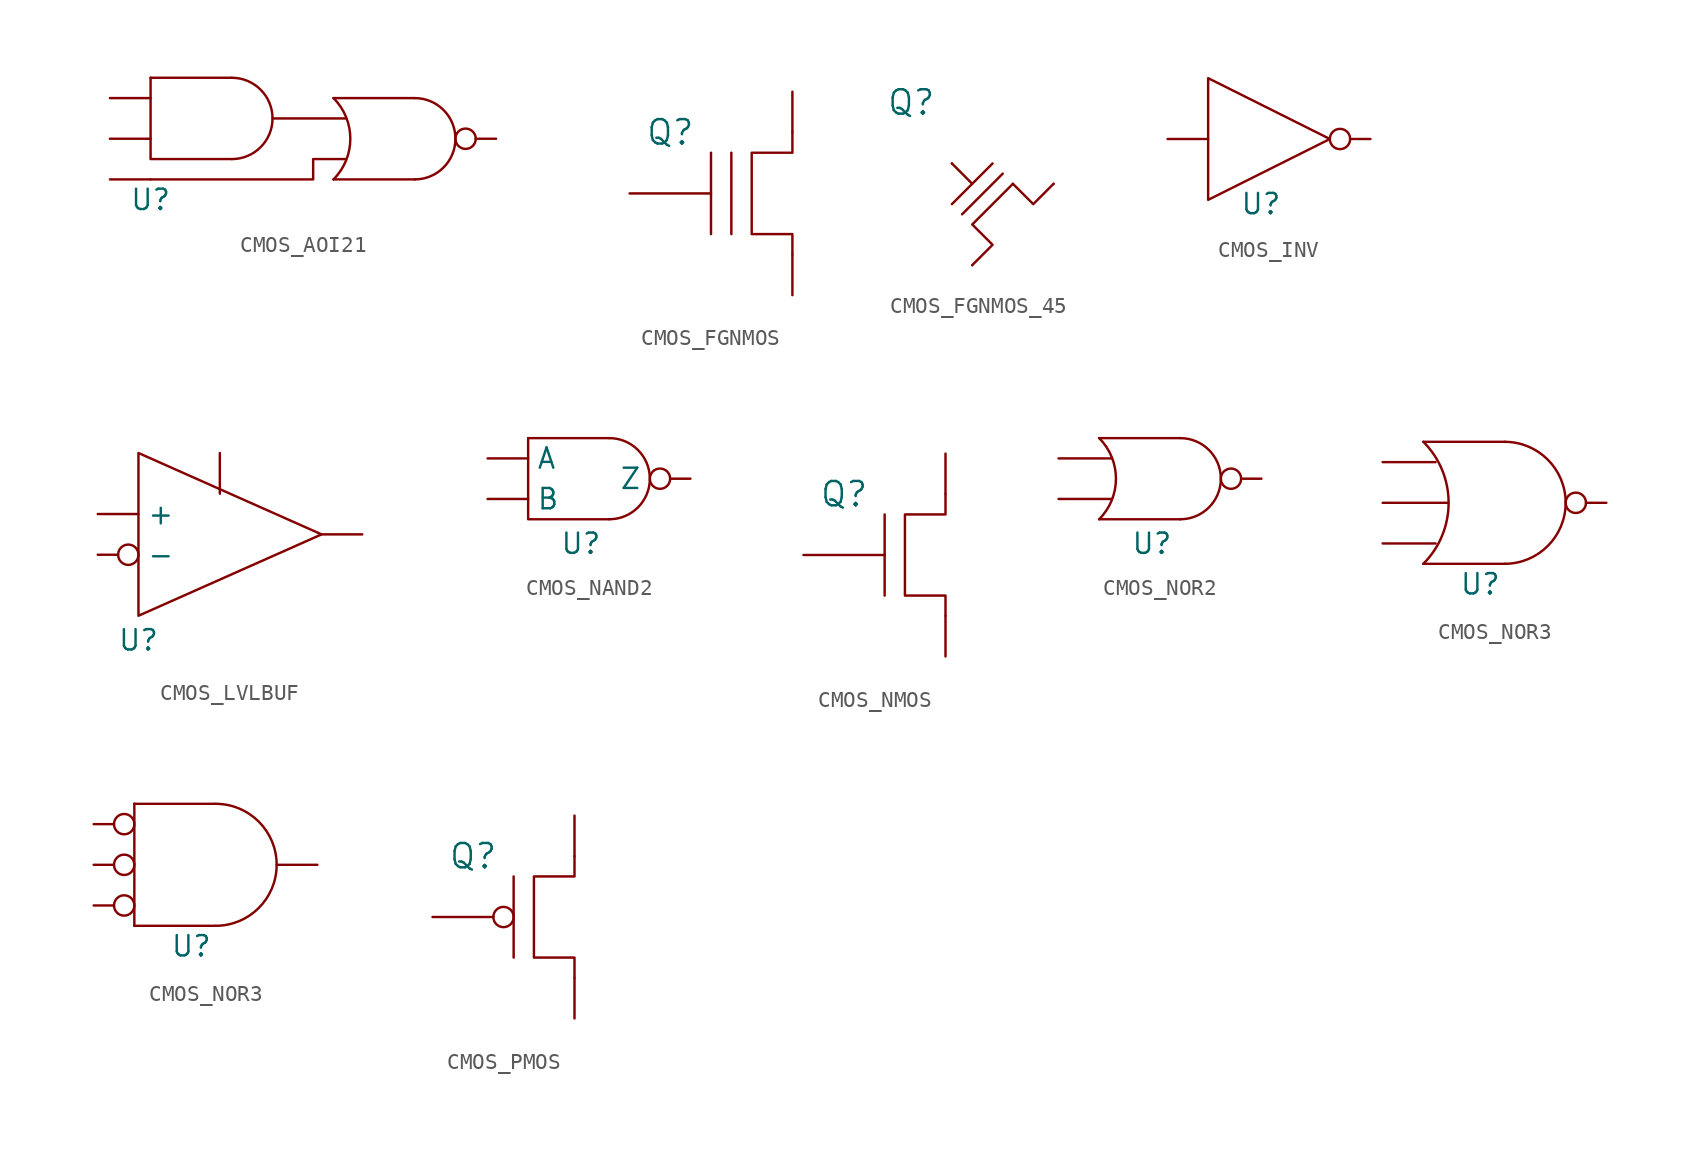
<source format=kicad_sym>
(kicad_symbol_lib
  (version 20241209)
  (generator "kicad_symbol_editor")
  (generator_version "9.0")
  (symbol "CMOS_AOI21"
    (property "Reference" "U"
      (at 0 -1.27 0)
      (effects (font (size 1.27 1.27))))
    (property "Value" ""
      (at 0 0 0)
      (effects (font (size 1.27 1.27))))
    (symbol "CMOS_AOI21_0_1"
      (polyline (pts (xy 0 6.35) (xy 5.08 6.35)) (stroke (width 0) (type default)) (fill (type none)))
      (polyline (pts (xy 0 6.35) (xy 0 1.27) (xy 5.08 1.27)) (stroke (width 0) (type default)) (fill (type none)))
      (polyline (pts (xy 0 0) (xy 10.16 0) (xy 10.16 1.27) (xy 12.192 1.27)) (stroke (width 0) (type default)) (fill (type none)))
      (arc (start 5.08 6.35) (mid 7.62 3.81) (end 5.08 1.27) (stroke (width 0) (type default)) (fill (type none)))
      (polyline (pts (xy 7.62 3.81) (xy 12.192 3.81)) (stroke (width 0) (type default)) (fill (type none)))
      (arc (start 11.43 5.08) (mid 12.4821 2.54) (end 11.43 0) (stroke (width 0) (type default)) (fill (type none)))
      (polyline (pts (xy 11.43 5.08) (xy 16.51 5.08)) (stroke (width 0) (type default)) (fill (type none)))
      (arc (start 16.51 5.08) (mid 19.05 2.54) (end 16.51 0) (stroke (width 0) (type default)) (fill (type none)))
      (polyline (pts (xy 16.51 0) (xy 11.43 0)) (stroke (width 0) (type default)) (fill (type none))))
    (symbol "CMOS_AOI21_1_1"
      (pin input line (at -2.54 5.08 0) (length 2.54) (name "~" (effects (font (size 1.27 1.27)))) (number "" (effects (font (size 1.27 1.27)))))
      (pin input line (at -2.54 2.54 0) (length 2.54) (name "" (effects (font (size 1.27 1.27)))) (number "" (effects (font (size 1.27 1.27)))))
      (pin input line (at -2.54 0 0) (length 2.54) (name "~" (effects (font (size 1.27 1.27)))) (number "" (effects (font (size 1.27 1.27)))))
      (pin output inverted (at 21.59 2.54 180) (length 2.54) (name "~" (effects (font (size 1.27 1.27)))) (number "" (effects (font (size 1.27 1.27)))))))
  (symbol "CMOS_FGNMOS"
    (pin_numbers
      (hide yes))
    (pin_names
      (offset 1.016)
      (hide yes))
    (property "Reference" "Q"
      (at -7.62 3.81 0)
      (effects (font (size 1.524 1.524))))
    (symbol "CMOS_FGNMOS_0_1"
      (polyline (pts (xy -5.08 2.54) (xy -5.08 -2.54)) (stroke (width 0) (type default)) (fill (type none)))
      (polyline (pts (xy -3.81 2.54) (xy -3.81 -2.54)) (stroke (width 0) (type default)) (fill (type none)))
      (polyline (pts (xy 0 3.81) (xy 0 2.54) (xy -2.54 2.54) (xy -2.54 -2.54) (xy 0 -2.54) (xy 0 -3.81)) (stroke (width 0) (type default)) (fill (type none))))
    (symbol "CMOS_FGNMOS_1_1"
      (pin input line (at -10.16 0 0) (length 5.08) (name "~" (effects (font (size 1.27 1.27)))) (number "G" (effects (font (size 1.27 1.27)))))
      (pin passive line (at 0 6.35 270) (length 2.54) (name "~" (effects (font (size 1.27 1.27)))) (number "S" (effects (font (size 1.27 1.27)))))
      (pin passive line (at 0 -6.35 90) (length 2.54) (name "~" (effects (font (size 1.27 1.27)))) (number "D" (effects (font (size 1.27 1.27)))))))
  (symbol "CMOS_FGNMOS_45"
    (pin_numbers
      (hide yes))
    (pin_names
      (offset 1.016)
      (hide yes))
    (property "Reference" "Q"
      (at -7.62 3.81 0)
      (effects (font (size 1.524 1.524))))
    (symbol "CMOS_FGNMOS_45_0_1"
      (polyline (pts (xy -5.08 0) (xy -3.81 -1.27)) (stroke (width 0) (type default)) (fill (type none)))
      (polyline (pts (xy -2.54 0) (xy -5.08 -2.54)) (stroke (width 0) (type default)) (fill (type none)))
      (polyline (pts (xy -1.905 -0.635) (xy -4.445 -3.175)) (stroke (width 0) (type default)) (fill (type none)))
      (polyline (pts (xy -1.27 -1.27) (xy 0 -2.54) (xy 1.27 -1.27)) (stroke (width 0) (type default)) (fill (type none)))
      (polyline (pts (xy -1.27 -1.27) (xy -3.81 -3.81) (xy -2.54 -5.08) (xy -3.81 -6.35)) (stroke (width 0) (type default)) (fill (type none))))
    (symbol "CMOS_FGNMOS_45_1_1"
      (pin input line (at -5.08 0 0) (length 0) (name "~" (effects (font (size 1.27 1.27)))) (number "G" (effects (font (size 1.27 1.27)))))
      (pin passive line (at -3.81 -6.35 90) (length 0) (name "~" (effects (font (size 1.27 1.27)))) (number "D" (effects (font (size 1.27 1.27)))))
      (pin passive line (at 1.27 -1.27 270) (length 0) (name "~" (effects (font (size 1.27 1.27)))) (number "S" (effects (font (size 1.27 1.27)))))))
  (symbol "CMOS_INV"
    (property "Reference" "U"
      (at 3.302 -4.064 0)
      (effects (font (size 1.27 1.27))))
    (property "Value" ""
      (at 0 0 0)
      (effects (font (size 1.27 1.27))))
    (symbol "CMOS_INV_0_1"
      (polyline (pts (xy 0 3.81) (xy 0 -3.81) (xy 7.62 0) (xy 0 3.81)) (stroke (width 0) (type default)) (fill (type none))))
    (symbol "CMOS_INV_1_1"
      (pin input line (at -2.54 0 0) (length 2.54) (name "~" (effects (font (size 1.27 1.27)))) (number "" (effects (font (size 1.27 1.27)))))
      (pin output inverted (at 10.16 0 180) (length 2.54) (name "~" (effects (font (size 1.27 1.27)))) (number "" (effects (font (size 1.27 1.27)))))))
  (symbol "CMOS_LVLBUF"
    (property "Reference" "U"
      (at 0 -5.334 0)
      (effects (font (size 1.27 1.27))))
    (property "Value" ""
      (at 0 0 0)
      (effects (font (size 1.27 1.27))))
    (symbol "CMOS_LVLBUF_0_1"
      (polyline (pts (xy 0 6.35) (xy 0 -3.81) (xy 11.43 1.27) (xy 0 6.35)) (stroke (width 0) (type default)) (fill (type none))))
    (symbol "CMOS_LVLBUF_1_1"
      (pin input line (at -2.54 2.54 0) (length 2.54) (name "+" (effects (font (size 1.27 1.27)))) (number "" (effects (font (size 1.27 1.27)))))
      (pin input inverted (at -2.54 0 0) (length 2.54) (name "-" (effects (font (size 1.27 1.27)))) (number "" (effects (font (size 1.27 1.27)))))
      (pin power_in line (at 5.08 6.35 270) (length 2.54) (name "" (effects (font (size 1.27 1.27)))) (number "" (effects (font (size 1.27 1.27)))))
      (pin output line (at 13.97 1.27 180) (length 2.54) (name "" (effects (font (size 1.27 1.27)))) (number "" (effects (font (size 1.27 1.27)))))))
  (symbol "CMOS_NAND2"
    (property "Reference" "U"
      (at 3.302 -2.794 0)
      (effects (font (size 1.27 1.27))))
    (property "Value" ""
      (at 0 0 0)
      (effects (font (size 1.27 1.27))))
    (symbol "CMOS_NAND2_0_1"
      (polyline (pts (xy 0 3.81) (xy 5.08 3.81)) (stroke (width 0) (type default)) (fill (type none)))
      (polyline (pts (xy 0 3.81) (xy 0 -1.27) (xy 5.08 -1.27)) (stroke (width 0) (type default)) (fill (type none)))
      (arc (start 5.08 3.81) (mid 7.62 1.27) (end 5.08 -1.27) (stroke (width 0) (type default)) (fill (type none))))
    (symbol "CMOS_NAND2_1_1"
      (pin input line (at -2.54 2.54 0) (length 2.54) (name "A" (effects (font (size 1.27 1.27)))) (number "" (effects (font (size 1.27 1.27)))))
      (pin input line (at -2.54 0 0) (length 2.54) (name "B" (effects (font (size 1.27 1.27)))) (number "" (effects (font (size 1.27 1.27)))))
      (pin output inverted (at 10.16 1.27 180) (length 2.54) (name "Z" (effects (font (size 1.27 1.27)))) (number "" (effects (font (size 1.27 1.27)))))))
  (symbol "CMOS_NMOS"
    (pin_numbers
      (hide yes))
    (pin_names
      (offset 1.016)
      (hide yes))
    (property "Reference" "Q"
      (at -6.35 3.81 0)
      (effects (font (size 1.524 1.524))))
    (symbol "CMOS_NMOS_0_1"
      (polyline (pts (xy -3.81 2.54) (xy -3.81 -2.54)) (stroke (width 0) (type default)) (fill (type none)))
      (polyline (pts (xy 0 3.81) (xy 0 2.54) (xy -2.54 2.54) (xy -2.54 -2.54) (xy 0 -2.54) (xy 0 -3.81)) (stroke (width 0) (type default)) (fill (type none))))
    (symbol "CMOS_NMOS_1_1"
      (pin input line (at -8.89 0 0) (length 5.08) (name "~" (effects (font (size 1.27 1.27)))) (number "G" (effects (font (size 1.27 1.27)))))
      (pin passive line (at 0 6.35 270) (length 2.54) (name "~" (effects (font (size 1.27 1.27)))) (number "S" (effects (font (size 1.27 1.27)))))
      (pin passive line (at 0 -6.35 90) (length 2.54) (name "~" (effects (font (size 1.27 1.27)))) (number "D" (effects (font (size 1.27 1.27)))))))
  (symbol "CMOS_NOR2"
    (property "Reference" "U"
      (at 3.302 -2.794 0)
      (effects (font (size 1.27 1.27))))
    (property "Value" ""
      (at 0 0 0)
      (effects (font (size 1.27 1.27))))
    (symbol "CMOS_NOR2_0_1"
      (arc (start 0 3.81) (mid 1.0521 1.27) (end 0 -1.27) (stroke (width 0) (type default)) (fill (type none)))
      (polyline (pts (xy 0 3.81) (xy 5.08 3.81)) (stroke (width 0) (type default)) (fill (type none)))
      (arc (start 5.08 3.81) (mid 7.62 1.27) (end 5.08 -1.27) (stroke (width 0) (type default)) (fill (type none)))
      (polyline (pts (xy 5.08 -1.27) (xy 0 -1.27)) (stroke (width 0) (type default)) (fill (type none))))
    (symbol "CMOS_NOR2_1_1"
      (pin input line (at -2.54 2.54 0) (length 3.302) (name "~" (effects (font (size 1.27 1.27)))) (number "" (effects (font (size 1.27 1.27)))))
      (pin input line (at -2.54 0 0) (length 3.302) (name "~" (effects (font (size 1.27 1.27)))) (number "" (effects (font (size 1.27 1.27)))))
      (pin output inverted (at 10.16 1.27 180) (length 2.54) (name "~" (effects (font (size 1.27 1.27)))) (number "" (effects (font (size 1.27 1.27)))))))
  (symbol "CMOS_NOR3"
    (property "Reference" "U"
      (at 2.286 -5.08 0)
      (effects (font (size 1.27 1.27))))
    (property "Value" ""
      (at 0 0 0)
      (effects (font (size 1.27 1.27))))
    (symbol "CMOS_NOR3_0_1"
      (arc (start -1.27 3.81) (mid 0.3081 0) (end -1.27 -3.81) (stroke (width 0) (type default)) (fill (type none)))
      (polyline (pts (xy -1.27 3.81) (xy 3.81 3.81)) (stroke (width 0) (type default)) (fill (type none)))
      (arc (start 3.81 3.81) (mid 7.62 0) (end 3.81 -3.81) (stroke (width 0) (type default)) (fill (type none)))
      (polyline (pts (xy 3.81 -3.81) (xy -1.27 -3.81)) (stroke (width 0) (type default)) (fill (type none))))
    (symbol "CMOS_NOR3_0_2"
      (polyline (pts (xy -1.27 3.81) (xy -1.27 3.81)) (stroke (width 0) (type default)) (fill (type none)))
      (polyline (pts (xy -1.27 3.81) (xy -1.27 -3.81)) (stroke (width 0) (type default)) (fill (type none)))
      (polyline (pts (xy -1.27 3.81) (xy 3.81 3.81)) (stroke (width 0) (type default)) (fill (type none)))
      (arc (start 3.81 3.81) (mid 7.62 0) (end 3.81 -3.81) (stroke (width 0) (type default)) (fill (type none)))
      (polyline (pts (xy 3.81 -3.81) (xy -1.27 -3.81)) (stroke (width 0) (type default)) (fill (type none))))
    (symbol "CMOS_NOR3_1_1"
      (pin input line (at -3.81 2.54 0) (length 3.302) (name "~" (effects (font (size 1.27 1.27)))) (number "" (effects (font (size 1.27 1.27)))))
      (pin input line (at -3.81 0 0) (length 4.064) (name "~" (effects (font (size 1.27 1.27)))) (number "" (effects (font (size 1.27 1.27)))))
      (pin input line (at -3.81 -2.54 0) (length 3.302) (name "~" (effects (font (size 1.27 1.27)))) (number "" (effects (font (size 1.27 1.27)))))
      (pin output inverted (at 10.16 0 180) (length 2.54) (name "~" (effects (font (size 1.27 1.27)))) (number "" (effects (font (size 1.27 1.27))))))
    (symbol "CMOS_NOR3_1_2"
      (pin input inverted (at -3.81 2.54 0) (length 2.54) (name "~" (effects (font (size 1.27 1.27)))) (number "" (effects (font (size 1.27 1.27)))))
      (pin input inverted (at -3.81 0 0) (length 2.54) (name "~" (effects (font (size 1.27 1.27)))) (number "" (effects (font (size 1.27 1.27)))))
      (pin input inverted (at -3.81 -2.54 0) (length 2.54) (name "~" (effects (font (size 1.27 1.27)))) (number "" (effects (font (size 1.27 1.27)))))
      (pin output line (at 10.16 0 180) (length 2.54) (name "~" (effects (font (size 1.27 1.27)))) (number "" (effects (font (size 1.27 1.27)))))))
  (symbol "CMOS_PMOS"
    (pin_numbers
      (hide yes))
    (pin_names
      (offset 1.016)
      (hide yes))
    (property "Reference" "Q"
      (at -6.35 3.81 0)
      (effects (font (size 1.524 1.524))))
    (symbol "CMOS_PMOS_0_1"
      (polyline (pts (xy -3.81 2.54) (xy -3.81 -2.54)) (stroke (width 0) (type default)) (fill (type none)))
      (polyline (pts (xy 0 3.81) (xy 0 2.54) (xy -2.54 2.54) (xy -2.54 -2.54) (xy 0 -2.54) (xy 0 -3.81)) (stroke (width 0) (type default)) (fill (type none))))
    (symbol "CMOS_PMOS_1_1"
      (pin input inverted (at -8.89 0 0) (length 5.08) (name "~" (effects (font (size 1.27 1.27)))) (number "G" (effects (font (size 1.27 1.27)))))
      (pin passive line (at 0 6.35 270) (length 2.54) (name "~" (effects (font (size 1.27 1.27)))) (number "S" (effects (font (size 1.27 1.27)))))
      (pin passive line (at 0 -6.35 90) (length 2.54) (name "~" (effects (font (size 1.27 1.27)))) (number "D" (effects (font (size 1.27 1.27))))))))
</source>
